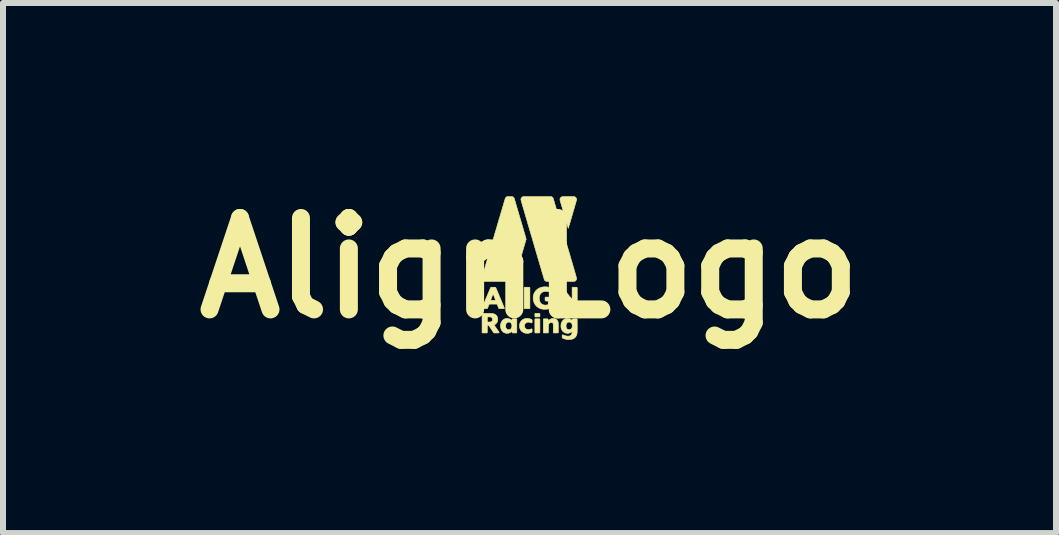
<source format=kicad_pcb>
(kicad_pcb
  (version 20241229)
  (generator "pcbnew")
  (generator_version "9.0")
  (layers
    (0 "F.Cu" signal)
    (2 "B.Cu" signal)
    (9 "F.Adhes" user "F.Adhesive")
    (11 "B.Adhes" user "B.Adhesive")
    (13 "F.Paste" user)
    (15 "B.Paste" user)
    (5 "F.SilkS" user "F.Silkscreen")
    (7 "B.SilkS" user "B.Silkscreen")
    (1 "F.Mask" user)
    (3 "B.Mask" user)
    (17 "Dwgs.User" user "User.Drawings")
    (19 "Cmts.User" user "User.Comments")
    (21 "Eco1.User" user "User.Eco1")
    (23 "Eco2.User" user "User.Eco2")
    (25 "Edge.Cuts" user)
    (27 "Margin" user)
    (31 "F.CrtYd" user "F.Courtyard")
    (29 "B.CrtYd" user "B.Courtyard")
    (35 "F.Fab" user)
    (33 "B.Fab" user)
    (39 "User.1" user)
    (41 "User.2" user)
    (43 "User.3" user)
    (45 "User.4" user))
  (footprint "AlignLogo"
    (layer "F.Cu")
    (at 5.777 1.418)
    (property "Reference" "AlignLogo" (at 0 0 0) (layer "F.SilkS") (effects (font (size 1.524 1.524) (thickness 0.3))))
    (attr through_hole)
    (fp_poly (pts (xy 0.141 0.756) (xy 0.15 0.756) (xy 0.157 0.756) (xy 0.162 0.756) (xy 0.166 0.757) (xy 0.168 0.757) (xy 0.17 0.758) (xy 0.171 0.759) (xy 0.172 0.76) (xy 0.172 0.762) (xy 0.172 0.765) (xy 0.173 0.771) (xy 0.173 0.778) (xy 0.173 0.785) (xy 0.173 0.794) (xy 0.173 0.8) (xy 0.172 0.804) (xy 0.172 0.807) (xy 0.172 0.809) (xy 0.171 0.811) (xy 0.17 0.812) (xy 0.169 0.812) (xy 0.168 0.813) (xy 0.167 0.813) (xy 0.164 0.814) (xy 0.161 0.814) (xy 0.155 0.814) (xy 0.149 0.814) (xy 0.14 0.814) (xy 0.131 0.814) (xy 0.095 0.814) (xy 0.092 0.811) (xy 0.091 0.81) (xy 0.09 0.809) (xy 0.09 0.807) (xy 0.089 0.804) (xy 0.089 0.8) (xy 0.089 0.795) (xy 0.089 0.787) (xy 0.089 0.785) (xy 0.089 0.777) (xy 0.089 0.771) (xy 0.089 0.766) (xy 0.089 0.764) (xy 0.09 0.762) (xy 0.091 0.76) (xy 0.092 0.759) (xy 0.092 0.759) (xy 0.095 0.756) (xy 0.13 0.756) (xy 0.141 0.756)) (stroke (width 0.01) (type solid)) (fill yes) (layer "F.SilkS"))
    (fp_poly (pts (xy 0.142 0.847) (xy 0.15 0.847) (xy 0.157 0.847) (xy 0.161 0.847) (xy 0.165 0.848) (xy 0.167 0.848) (xy 0.168 0.848) (xy 0.17 0.849) (xy 0.17 0.85) (xy 0.171 0.85) (xy 0.171 0.851) (xy 0.171 0.852) (xy 0.172 0.853) (xy 0.172 0.855) (xy 0.172 0.858) (xy 0.172 0.862) (xy 0.172 0.866) (xy 0.172 0.873) (xy 0.173 0.88) (xy 0.173 0.889) (xy 0.173 0.9) (xy 0.173 0.913) (xy 0.173 0.927) (xy 0.173 0.944) (xy 0.173 0.964) (xy 0.173 0.964) (xy 0.173 0.981) (xy 0.173 0.997) (xy 0.173 1.012) (xy 0.173 1.026) (xy 0.172 1.039) (xy 0.172 1.05) (xy 0.172 1.059) (xy 0.172 1.067) (xy 0.172 1.073) (xy 0.172 1.077) (xy 0.172 1.078) (xy 0.171 1.079) (xy 0.169 1.08) (xy 0.167 1.081) (xy 0.164 1.081) (xy 0.159 1.082) (xy 0.153 1.082) (xy 0.145 1.082) (xy 0.135 1.082) (xy 0.13 1.082) (xy 0.095 1.082) (xy 0.092 1.079) (xy 0.089 1.076) (xy 0.089 0.853) (xy 0.095 0.847) (xy 0.131 0.847) (xy 0.142 0.847)) (stroke (width 0.01) (type solid)) (fill yes) (layer "F.SilkS"))
    (fp_poly (pts (xy -0.041 0.32) (xy 0.001 0.321) (xy 0.004 0.324) (xy 0.004 0.324) (xy 0.005 0.325) (xy 0.005 0.326) (xy 0.005 0.327) (xy 0.005 0.329) (xy 0.006 0.331) (xy 0.006 0.335) (xy 0.006 0.339) (xy 0.006 0.344) (xy 0.006 0.351) (xy 0.006 0.359) (xy 0.006 0.368) (xy 0.006 0.379) (xy 0.006 0.391) (xy 0.006 0.405) (xy 0.006 0.422) (xy 0.006 0.44) (xy 0.006 0.461) (xy 0.006 0.483) (xy 0.006 0.499) (xy 0.006 0.523) (xy 0.006 0.545) (xy 0.006 0.565) (xy 0.006 0.583) (xy 0.006 0.598) (xy 0.006 0.612) (xy 0.006 0.623) (xy 0.006 0.634) (xy 0.006 0.642) (xy 0.006 0.65) (xy 0.006 0.656) (xy 0.006 0.66) (xy 0.006 0.664) (xy 0.005 0.667) (xy 0.005 0.67) (xy 0.005 0.671) (xy 0.005 0.672) (xy 0.004 0.673) (xy 0.004 0.674) (xy 0.004 0.674) (xy 0.004 0.674) (xy 0.003 0.675) (xy 0.002 0.675) (xy 0.001 0.676) (xy -0.001 0.676) (xy -0.004 0.677) (xy -0.008 0.677) (xy -0.014 0.677) (xy -0.021 0.677) (xy -0.03 0.677) (xy -0.042 0.677) (xy -0.054 0.677) (xy -0.063 0.677) (xy -0.07 0.677) (xy -0.076 0.677) (xy -0.08 0.677) (xy -0.083 0.676) (xy -0.085 0.676) (xy -0.086 0.675) (xy -0.087 0.675) (xy -0.088 0.674) (xy -0.088 0.674) (xy -0.088 0.673) (xy -0.089 0.673) (xy -0.089 0.672) (xy -0.089 0.67) (xy -0.089 0.668) (xy -0.089 0.665) (xy -0.09 0.661) (xy -0.09 0.656) (xy -0.09 0.65) (xy -0.09 0.643) (xy -0.09 0.634) (xy -0.09 0.624) (xy -0.09 0.612) (xy -0.09 0.598) (xy -0.09 0.583) (xy -0.09 0.565) (xy -0.09 0.546) (xy -0.09 0.524) (xy -0.09 0.326) (xy -0.087 0.323) (xy -0.084 0.32) (xy -0.041 0.32)) (stroke (width 0.01) (type solid)) (fill yes) (layer "F.SilkS"))
    (fp_poly (pts (xy 0.633 -1.191) (xy 0.652 -1.191) (xy 0.652 -1.191) (xy 0.746 -1.191) (xy 0.753 -1.188) (xy 0.76 -1.184) (xy 0.767 -1.179) (xy 0.773 -1.173) (xy 0.778 -1.166) (xy 0.779 -1.165) (xy 0.783 -1.156) (xy 0.785 -1.146) (xy 0.785 -1.138) (xy 0.784 -1.136) (xy 0.783 -1.132) (xy 0.781 -1.126) (xy 0.779 -1.118) (xy 0.776 -1.108) (xy 0.773 -1.096) (xy 0.769 -1.083) (xy 0.765 -1.068) (xy 0.76 -1.052) (xy 0.755 -1.035) (xy 0.75 -1.017) (xy 0.745 -0.998) (xy 0.739 -0.978) (xy 0.733 -0.958) (xy 0.727 -0.938) (xy 0.721 -0.917) (xy 0.715 -0.896) (xy 0.709 -0.875) (xy 0.703 -0.854) (xy 0.697 -0.834) (xy 0.691 -0.814) (xy 0.685 -0.794) (xy 0.68 -0.776) (xy 0.675 -0.758) (xy 0.67 -0.742) (xy 0.665 -0.726) (xy 0.661 -0.712) (xy 0.657 -0.7) (xy 0.654 -0.689) (xy 0.651 -0.679) (xy 0.649 -0.672) (xy 0.648 -0.667) (xy 0.647 -0.664) (xy 0.647 -0.664) (xy 0.646 -0.662) (xy 0.645 -0.662) (xy 0.645 -0.663) (xy 0.644 -0.667) (xy 0.642 -0.673) (xy 0.64 -0.68) (xy 0.637 -0.69) (xy 0.634 -0.702) (xy 0.63 -0.715) (xy 0.625 -0.73) (xy 0.62 -0.747) (xy 0.615 -0.765) (xy 0.609 -0.784) (xy 0.604 -0.804) (xy 0.597 -0.826) (xy 0.591 -0.848) (xy 0.584 -0.871) (xy 0.577 -0.894) (xy 0.576 -0.897) (xy 0.568 -0.925) (xy 0.561 -0.951) (xy 0.554 -0.974) (xy 0.547 -0.996) (xy 0.542 -1.015) (xy 0.537 -1.032) (xy 0.532 -1.048) (xy 0.528 -1.062) (xy 0.524 -1.075) (xy 0.521 -1.086) (xy 0.518 -1.095) (xy 0.516 -1.103) (xy 0.514 -1.11) (xy 0.513 -1.117) (xy 0.511 -1.122) (xy 0.51 -1.126) (xy 0.509 -1.13) (xy 0.509 -1.132) (xy 0.508 -1.135) (xy 0.508 -1.137) (xy 0.508 -1.138) (xy 0.508 -1.14) (xy 0.508 -1.141) (xy 0.508 -1.142) (xy 0.508 -1.152) (xy 0.511 -1.16) (xy 0.515 -1.168) (xy 0.52 -1.175) (xy 0.529 -1.182) (xy 0.538 -1.187) (xy 0.549 -1.19) (xy 0.549 -1.19) (xy 0.552 -1.19) (xy 0.557 -1.191) (xy 0.565 -1.191) (xy 0.574 -1.191) (xy 0.586 -1.191) (xy 0.6 -1.191) (xy 0.616 -1.191) (xy 0.633 -1.191)) (stroke (width 0.01) (type solid)) (fill yes) (layer "F.SilkS"))
    (fp_poly (pts (xy -0.03 0.841) (xy -0.014 0.843) (xy 0.001 0.846) (xy 0.016 0.85) (xy 0.027 0.855) (xy 0.033 0.857) (xy 0.037 0.86) (xy 0.04 0.862) (xy 0.041 0.865) (xy 0.042 0.869) (xy 0.043 0.874) (xy 0.043 0.881) (xy 0.043 0.888) (xy 0.043 0.896) (xy 0.043 0.903) (xy 0.042 0.908) (xy 0.041 0.911) (xy 0.04 0.913) (xy 0.038 0.914) (xy 0.036 0.915) (xy 0.033 0.915) (xy 0.029 0.914) (xy 0.024 0.912) (xy 0.013 0.907) (xy 0.00007 0.904) (xy -0.013 0.902) (xy -0.025 0.902) (xy -0.034 0.904) (xy -0.044 0.906) (xy -0.053 0.91) (xy -0.061 0.916) (xy -0.065 0.919) (xy -0.072 0.928) (xy -0.078 0.938) (xy -0.082 0.95) (xy -0.083 0.958) (xy -0.084 0.966) (xy -0.083 0.975) (xy -0.082 0.979) (xy -0.078 0.991) (xy -0.073 1.001) (xy -0.065 1.01) (xy -0.056 1.017) (xy -0.045 1.022) (xy -0.033 1.025) (xy -0.02 1.026) (xy -0.018 1.026) (xy -0.003 1.025) (xy 0.01 1.022) (xy 0.023 1.017) (xy 0.029 1.015) (xy 0.033 1.014) (xy 0.036 1.014) (xy 0.038 1.015) (xy 0.04 1.017) (xy 0.041 1.018) (xy 0.042 1.019) (xy 0.043 1.021) (xy 0.043 1.024) (xy 0.043 1.028) (xy 0.043 1.033) (xy 0.043 1.041) (xy 0.043 1.05) (xy 0.043 1.056) (xy 0.042 1.061) (xy 0.041 1.065) (xy 0.039 1.068) (xy 0.036 1.07) (xy 0.032 1.072) (xy 0.027 1.074) (xy 0.015 1.079) (xy 0.001 1.083) (xy -0.014 1.086) (xy -0.029 1.088) (xy -0.045 1.088) (xy -0.059 1.087) (xy -0.063 1.087) (xy -0.08 1.083) (xy -0.096 1.077) (xy -0.111 1.069) (xy -0.125 1.059) (xy -0.137 1.048) (xy -0.146 1.036) (xy -0.153 1.025) (xy -0.158 1.014) (xy -0.163 1.002) (xy -0.164 0.996) (xy -0.166 0.987) (xy -0.167 0.977) (xy -0.167 0.965) (xy -0.167 0.954) (xy -0.166 0.943) (xy -0.164 0.933) (xy -0.164 0.932) (xy -0.159 0.916) (xy -0.151 0.901) (xy -0.142 0.887) (xy -0.131 0.874) (xy -0.119 0.864) (xy -0.11 0.859) (xy -0.1 0.854) (xy -0.09 0.849) (xy -0.08 0.845) (xy -0.076 0.845) (xy -0.062 0.842) (xy -0.046 0.841) (xy -0.03 0.841)) (stroke (width 0.01) (type solid)) (fill yes) (layer "F.SilkS"))
    (fp_poly (pts (xy -0.365 0.841) (xy -0.35 0.844) (xy -0.335 0.848) (xy -0.321 0.855) (xy -0.307 0.864) (xy -0.306 0.864) (xy -0.302 0.866) (xy -0.297 0.866) (xy -0.294 0.864) (xy -0.291 0.861) (xy -0.291 0.857) (xy -0.29 0.853) (xy -0.288 0.85) (xy -0.285 0.847) (xy -0.218 0.847) (xy -0.215 0.85) (xy -0.212 0.853) (xy -0.212 1.076) (xy -0.215 1.079) (xy -0.218 1.082) (xy -0.285 1.082) (xy -0.288 1.079) (xy -0.29 1.075) (xy -0.291 1.072) (xy -0.292 1.067) (xy -0.294 1.065) (xy -0.297 1.062) (xy -0.301 1.062) (xy -0.305 1.064) (xy -0.31 1.067) (xy -0.311 1.068) (xy -0.317 1.072) (xy -0.325 1.076) (xy -0.334 1.08) (xy -0.343 1.084) (xy -0.347 1.085) (xy -0.356 1.086) (xy -0.366 1.088) (xy -0.377 1.088) (xy -0.387 1.088) (xy -0.395 1.086) (xy -0.411 1.082) (xy -0.425 1.076) (xy -0.438 1.067) (xy -0.449 1.057) (xy -0.46 1.045) (xy -0.468 1.031) (xy -0.475 1.015) (xy -0.48 0.999) (xy -0.481 0.993) (xy -0.481 0.985) (xy -0.482 0.976) (xy -0.482 0.966) (xy -0.482 0.965) (xy -0.399 0.965) (xy -0.398 0.975) (xy -0.396 0.986) (xy -0.394 0.995) (xy -0.391 1.001) (xy -0.388 1.006) (xy -0.383 1.012) (xy -0.377 1.018) (xy -0.372 1.022) (xy -0.371 1.022) (xy -0.362 1.026) (xy -0.351 1.028) (xy -0.34 1.028) (xy -0.33 1.025) (xy -0.324 1.023) (xy -0.315 1.017) (xy -0.307 1.009) (xy -0.301 1) (xy -0.297 0.988) (xy -0.295 0.975) (xy -0.294 0.964) (xy -0.295 0.951) (xy -0.297 0.939) (xy -0.301 0.929) (xy -0.307 0.92) (xy -0.312 0.914) (xy -0.319 0.909) (xy -0.326 0.905) (xy -0.333 0.902) (xy -0.342 0.901) (xy -0.347 0.901) (xy -0.353 0.901) (xy -0.357 0.902) (xy -0.361 0.902) (xy -0.364 0.904) (xy -0.367 0.905) (xy -0.377 0.911) (xy -0.384 0.919) (xy -0.391 0.928) (xy -0.395 0.939) (xy -0.398 0.952) (xy -0.399 0.965) (xy -0.482 0.965) (xy -0.482 0.956) (xy -0.482 0.947) (xy -0.481 0.939) (xy -0.48 0.932) (xy -0.48 0.93) (xy -0.474 0.913) (xy -0.467 0.897) (xy -0.459 0.883) (xy -0.448 0.871) (xy -0.437 0.861) (xy -0.424 0.853) (xy -0.409 0.846) (xy -0.394 0.843) (xy -0.381 0.841) (xy -0.365 0.841)) (stroke (width 0.01) (type solid)) (fill yes) (layer "F.SilkS"))
    (fp_poly (pts (xy -0.318 0.32) (xy -0.308 0.32) (xy -0.301 0.32) (xy -0.295 0.321) (xy -0.29 0.321) (xy -0.287 0.322) (xy -0.285 0.322) (xy -0.284 0.323) (xy -0.283 0.325) (xy -0.282 0.326) (xy -0.282 0.327) (xy -0.282 0.331) (xy -0.281 0.336) (xy -0.281 0.342) (xy -0.281 0.351) (xy -0.281 0.362) (xy -0.281 0.375) (xy -0.281 0.391) (xy -0.281 0.408) (xy -0.281 0.428) (xy -0.281 0.45) (xy -0.281 0.464) (xy -0.281 0.486) (xy -0.281 0.505) (xy -0.281 0.522) (xy -0.281 0.536) (xy -0.281 0.549) (xy -0.281 0.56) (xy -0.281 0.569) (xy -0.28 0.577) (xy -0.28 0.583) (xy -0.28 0.588) (xy -0.28 0.592) (xy -0.28 0.595) (xy -0.28 0.598) (xy -0.279 0.599) (xy -0.279 0.6) (xy -0.279 0.601) (xy -0.278 0.602) (xy -0.278 0.602) (xy -0.278 0.603) (xy -0.277 0.603) (xy -0.276 0.603) (xy -0.274 0.604) (xy -0.271 0.604) (xy -0.268 0.604) (xy -0.263 0.604) (xy -0.257 0.604) (xy -0.249 0.604) (xy -0.239 0.604) (xy -0.228 0.605) (xy -0.214 0.605) (xy -0.206 0.605) (xy -0.136 0.605) (xy -0.133 0.608) (xy -0.13 0.611) (xy -0.13 0.641) (xy -0.13 0.651) (xy -0.13 0.658) (xy -0.13 0.664) (xy -0.13 0.668) (xy -0.13 0.67) (xy -0.131 0.672) (xy -0.131 0.673) (xy -0.132 0.674) (xy -0.133 0.675) (xy -0.133 0.675) (xy -0.134 0.676) (xy -0.135 0.676) (xy -0.137 0.676) (xy -0.14 0.676) (xy -0.144 0.676) (xy -0.148 0.677) (xy -0.154 0.677) (xy -0.162 0.677) (xy -0.17 0.677) (xy -0.181 0.677) (xy -0.193 0.677) (xy -0.207 0.677) (xy -0.224 0.677) (xy -0.243 0.677) (xy -0.254 0.677) (xy -0.274 0.677) (xy -0.292 0.677) (xy -0.307 0.677) (xy -0.32 0.677) (xy -0.332 0.677) (xy -0.342 0.677) (xy -0.35 0.677) (xy -0.356 0.677) (xy -0.362 0.676) (xy -0.366 0.676) (xy -0.369 0.676) (xy -0.371 0.676) (xy -0.373 0.676) (xy -0.374 0.675) (xy -0.375 0.675) (xy -0.375 0.675) (xy -0.375 0.675) (xy -0.375 0.674) (xy -0.376 0.673) (xy -0.376 0.672) (xy -0.376 0.67) (xy -0.376 0.668) (xy -0.376 0.664) (xy -0.377 0.66) (xy -0.377 0.654) (xy -0.377 0.648) (xy -0.377 0.64) (xy -0.377 0.63) (xy -0.377 0.619) (xy -0.377 0.607) (xy -0.377 0.592) (xy -0.377 0.575) (xy -0.377 0.557) (xy -0.377 0.536) (xy -0.377 0.513) (xy -0.377 0.325) (xy -0.374 0.323) (xy -0.373 0.322) (xy -0.372 0.321) (xy -0.37 0.321) (xy -0.368 0.321) (xy -0.364 0.32) (xy -0.36 0.32) (xy -0.353 0.32) (xy -0.345 0.32) (xy -0.335 0.32) (xy -0.33 0.32) (xy -0.318 0.32)) (stroke (width 0.01) (type solid)) (fill yes) (layer "F.SilkS"))
    (fp_poly (pts (xy 0.396 0.841) (xy 0.404 0.842) (xy 0.41 0.842) (xy 0.414 0.842) (xy 0.418 0.843) (xy 0.422 0.844) (xy 0.425 0.845) (xy 0.438 0.85) (xy 0.449 0.858) (xy 0.458 0.867) (xy 0.466 0.879) (xy 0.473 0.892) (xy 0.477 0.904) (xy 0.477 0.906) (xy 0.478 0.908) (xy 0.478 0.91) (xy 0.478 0.913) (xy 0.479 0.916) (xy 0.479 0.92) (xy 0.479 0.925) (xy 0.479 0.931) (xy 0.479 0.939) (xy 0.479 0.948) (xy 0.48 0.959) (xy 0.48 0.972) (xy 0.48 0.988) (xy 0.48 0.994) (xy 0.48 1.008) (xy 0.48 1.021) (xy 0.48 1.034) (xy 0.48 1.045) (xy 0.48 1.055) (xy 0.48 1.063) (xy 0.48 1.07) (xy 0.48 1.074) (xy 0.48 1.076) (xy 0.48 1.076) (xy 0.479 1.078) (xy 0.478 1.079) (xy 0.476 1.08) (xy 0.473 1.081) (xy 0.469 1.081) (xy 0.463 1.082) (xy 0.456 1.082) (xy 0.446 1.082) (xy 0.437 1.082) (xy 0.402 1.082) (xy 0.399 1.079) (xy 0.396 1.076) (xy 0.396 1.009) (xy 0.396 0.994) (xy 0.396 0.98) (xy 0.396 0.969) (xy 0.396 0.96) (xy 0.396 0.952) (xy 0.396 0.946) (xy 0.395 0.941) (xy 0.395 0.938) (xy 0.395 0.935) (xy 0.394 0.935) (xy 0.392 0.925) (xy 0.388 0.917) (xy 0.383 0.912) (xy 0.376 0.908) (xy 0.368 0.907) (xy 0.361 0.906) (xy 0.356 0.906) (xy 0.351 0.907) (xy 0.346 0.909) (xy 0.344 0.91) (xy 0.335 0.916) (xy 0.327 0.924) (xy 0.321 0.934) (xy 0.32 0.936) (xy 0.316 0.944) (xy 0.315 1.01) (xy 0.315 1.025) (xy 0.315 1.037) (xy 0.314 1.048) (xy 0.314 1.057) (xy 0.314 1.064) (xy 0.314 1.069) (xy 0.313 1.073) (xy 0.313 1.076) (xy 0.312 1.078) (xy 0.312 1.08) (xy 0.311 1.081) (xy 0.31 1.081) (xy 0.309 1.081) (xy 0.307 1.081) (xy 0.303 1.082) (xy 0.298 1.082) (xy 0.29 1.082) (xy 0.282 1.082) (xy 0.273 1.082) (xy 0.272 1.082) (xy 0.236 1.082) (xy 0.233 1.079) (xy 0.23 1.076) (xy 0.23 0.853) (xy 0.236 0.847) (xy 0.27 0.847) (xy 0.281 0.847) (xy 0.289 0.847) (xy 0.296 0.847) (xy 0.301 0.848) (xy 0.304 0.849) (xy 0.307 0.85) (xy 0.308 0.851) (xy 0.309 0.854) (xy 0.31 0.857) (xy 0.31 0.859) (xy 0.311 0.864) (xy 0.313 0.868) (xy 0.315 0.87) (xy 0.318 0.871) (xy 0.32 0.871) (xy 0.323 0.87) (xy 0.325 0.869) (xy 0.329 0.866) (xy 0.33 0.864) (xy 0.338 0.859) (xy 0.346 0.853) (xy 0.356 0.849) (xy 0.365 0.845) (xy 0.37 0.844) (xy 0.374 0.843) (xy 0.38 0.842) (xy 0.386 0.842) (xy 0.395 0.841) (xy 0.396 0.841)) (stroke (width 0.01) (type solid)) (fill yes) (layer "F.SilkS"))
    (fp_poly (pts (xy -0.279 -1.186) (xy -0.271 -1.182) (xy -0.264 -1.175) (xy -0.259 -1.168) (xy -0.255 -1.162) (xy -0.255 -1.16) (xy -0.254 -1.156) (xy -0.252 -1.149) (xy -0.249 -1.141) (xy -0.246 -1.13) (xy -0.242 -1.118) (xy -0.238 -1.104) (xy -0.233 -1.088) (xy -0.228 -1.07) (xy -0.223 -1.051) (xy -0.217 -1.03) (xy -0.21 -1.008) (xy -0.203 -0.985) (xy -0.196 -0.961) (xy -0.189 -0.936) (xy -0.181 -0.909) (xy -0.173 -0.882) (xy -0.165 -0.855) (xy -0.157 -0.826) (xy -0.154 -0.819) (xy -0.056 -0.482) (xy -0.154 -0.146) (xy -0.163 -0.117) (xy -0.171 -0.089) (xy -0.179 -0.062) (xy -0.187 -0.035) (xy -0.194 -0.01) (xy -0.201 0.015) (xy -0.208 0.038) (xy -0.215 0.06) (xy -0.221 0.081) (xy -0.227 0.101) (xy -0.232 0.119) (xy -0.237 0.135) (xy -0.241 0.15) (xy -0.245 0.163) (xy -0.248 0.174) (xy -0.251 0.183) (xy -0.253 0.19) (xy -0.255 0.194) (xy -0.256 0.197) (xy -0.256 0.197) (xy -0.26 0.203) (xy -0.265 0.209) (xy -0.272 0.215) (xy -0.279 0.219) (xy -0.279 0.219) (xy -0.286 0.223) (xy -0.52 0.223) (xy -0.546 0.223) (xy -0.571 0.223) (xy -0.594 0.223) (xy -0.617 0.223) (xy -0.638 0.223) (xy -0.658 0.223) (xy -0.677 0.223) (xy -0.694 0.223) (xy -0.709 0.223) (xy -0.723 0.223) (xy -0.734 0.223) (xy -0.743 0.223) (xy -0.751 0.222) (xy -0.756 0.222) (xy -0.758 0.222) (xy -0.759 0.222) (xy -0.767 0.219) (xy -0.775 0.214) (xy -0.782 0.208) (xy -0.788 0.2) (xy -0.79 0.197) (xy -0.793 0.188) (xy -0.795 0.178) (xy -0.794 0.169) (xy -0.794 0.167) (xy -0.794 0.165) (xy -0.792 0.161) (xy -0.791 0.154) (xy -0.788 0.145) (xy -0.785 0.135) (xy -0.781 0.122) (xy -0.777 0.107) (xy -0.772 0.091) (xy -0.767 0.072) (xy -0.761 0.053) (xy -0.755 0.031) (xy -0.748 0.008) (xy -0.741 -0.016) (xy -0.734 -0.042) (xy -0.726 -0.069) (xy -0.718 -0.097) (xy -0.709 -0.126) (xy -0.7 -0.156) (xy -0.691 -0.187) (xy -0.682 -0.218) (xy -0.672 -0.251) (xy -0.663 -0.284) (xy -0.653 -0.317) (xy -0.643 -0.351) (xy -0.633 -0.386) (xy -0.623 -0.42) (xy -0.613 -0.455) (xy -0.602 -0.49) (xy -0.592 -0.525) (xy -0.582 -0.56) (xy -0.572 -0.595) (xy -0.561 -0.63) (xy -0.551 -0.664) (xy -0.541 -0.698) (xy -0.532 -0.731) (xy -0.522 -0.764) (xy -0.513 -0.796) (xy -0.503 -0.827) (xy -0.494 -0.857) (xy -0.486 -0.887) (xy -0.477 -0.916) (xy -0.469 -0.943) (xy -0.461 -0.969) (xy -0.454 -0.994) (xy -0.447 -1.018) (xy -0.44 -1.04) (xy -0.434 -1.061) (xy -0.429 -1.08) (xy -0.423 -1.098) (xy -0.419 -1.113) (xy -0.415 -1.127) (xy -0.411 -1.139) (xy -0.408 -1.149) (xy -0.406 -1.156) (xy -0.404 -1.162) (xy -0.403 -1.165) (xy -0.403 -1.166) (xy -0.398 -1.173) (xy -0.391 -1.18) (xy -0.384 -1.185) (xy -0.38 -1.187) (xy -0.373 -1.191) (xy -0.288 -1.191) (xy -0.279 -1.186)) (stroke (width 0.01) (type solid)) (fill yes) (layer "F.SilkS"))
    (fp_poly (pts (xy -0.702 0.756) (xy -0.686 0.756) (xy -0.671 0.756) (xy -0.659 0.756) (xy -0.649 0.756) (xy -0.64 0.757) (xy -0.633 0.757) (xy -0.627 0.757) (xy -0.622 0.757) (xy -0.619 0.758) (xy -0.616 0.758) (xy -0.613 0.758) (xy -0.611 0.759) (xy -0.611 0.759) (xy -0.594 0.764) (xy -0.579 0.77) (xy -0.566 0.778) (xy -0.555 0.788) (xy -0.546 0.799) (xy -0.539 0.812) (xy -0.534 0.827) (xy -0.533 0.829) (xy -0.532 0.837) (xy -0.531 0.848) (xy -0.53 0.859) (xy -0.531 0.869) (xy -0.532 0.879) (xy -0.533 0.884) (xy -0.538 0.899) (xy -0.546 0.912) (xy -0.555 0.923) (xy -0.566 0.934) (xy -0.58 0.943) (xy -0.584 0.945) (xy -0.587 0.947) (xy -0.588 0.951) (xy -0.587 0.955) (xy -0.586 0.957) (xy -0.585 0.958) (xy -0.583 0.962) (xy -0.579 0.967) (xy -0.574 0.974) (xy -0.569 0.982) (xy -0.562 0.991) (xy -0.556 1.001) (xy -0.548 1.011) (xy -0.546 1.014) (xy -0.539 1.024) (xy -0.532 1.034) (xy -0.526 1.043) (xy -0.52 1.051) (xy -0.515 1.058) (xy -0.512 1.064) (xy -0.509 1.068) (xy -0.508 1.07) (xy -0.507 1.07) (xy -0.507 1.074) (xy -0.509 1.077) (xy -0.511 1.08) (xy -0.513 1.081) (xy -0.514 1.081) (xy -0.518 1.082) (xy -0.524 1.082) (xy -0.531 1.082) (xy -0.54 1.082) (xy -0.55 1.082) (xy -0.554 1.082) (xy -0.565 1.082) (xy -0.574 1.082) (xy -0.58 1.082) (xy -0.586 1.082) (xy -0.589 1.082) (xy -0.592 1.081) (xy -0.594 1.081) (xy -0.595 1.08) (xy -0.595 1.08) (xy -0.596 1.078) (xy -0.599 1.075) (xy -0.603 1.07) (xy -0.607 1.063) (xy -0.613 1.055) (xy -0.619 1.047) (xy -0.625 1.037) (xy -0.633 1.026) (xy -0.637 1.02) (xy -0.644 1.009) (xy -0.651 0.999) (xy -0.658 0.989) (xy -0.664 0.98) (xy -0.669 0.973) (xy -0.673 0.967) (xy -0.676 0.962) (xy -0.678 0.96) (xy -0.679 0.959) (xy -0.681 0.957) (xy -0.685 0.957) (xy -0.689 0.956) (xy -0.69 0.956) (xy -0.694 0.956) (xy -0.697 0.957) (xy -0.7 0.959) (xy -0.7 0.959) (xy -0.704 0.963) (xy -0.704 1.076) (xy -0.707 1.079) (xy -0.71 1.082) (xy -0.747 1.082) (xy -0.758 1.082) (xy -0.766 1.082) (xy -0.773 1.082) (xy -0.778 1.082) (xy -0.781 1.082) (xy -0.784 1.081) (xy -0.786 1.081) (xy -0.787 1.08) (xy -0.788 1.079) (xy -0.791 1.077) (xy -0.791 0.82) (xy -0.704 0.82) (xy -0.704 0.894) (xy -0.7 0.897) (xy -0.697 0.901) (xy -0.673 0.9) (xy -0.664 0.9) (xy -0.657 0.899) (xy -0.652 0.899) (xy -0.648 0.898) (xy -0.644 0.898) (xy -0.643 0.897) (xy -0.634 0.893) (xy -0.627 0.887) (xy -0.622 0.88) (xy -0.619 0.872) (xy -0.617 0.861) (xy -0.617 0.857) (xy -0.618 0.846) (xy -0.621 0.837) (xy -0.625 0.829) (xy -0.631 0.823) (xy -0.64 0.819) (xy -0.643 0.817) (xy -0.646 0.816) (xy -0.65 0.816) (xy -0.655 0.815) (xy -0.661 0.815) (xy -0.67 0.814) (xy -0.673 0.814) (xy -0.697 0.814) (xy -0.7 0.817) (xy -0.704 0.82) (xy -0.791 0.82) (xy -0.791 0.761) (xy -0.788 0.758) (xy -0.784 0.755) (xy -0.702 0.756)) (stroke (width 0.01) (type solid)) (fill yes) (layer "F.SilkS"))
    (fp_poly (pts (xy 0.28 0.314) (xy 0.3 0.316) (xy 0.32 0.32) (xy 0.339 0.325) (xy 0.341 0.325) (xy 0.349 0.328) (xy 0.357 0.331) (xy 0.365 0.335) (xy 0.373 0.338) (xy 0.379 0.342) (xy 0.383 0.345) (xy 0.384 0.345) (xy 0.388 0.349) (xy 0.388 0.38) (xy 0.388 0.392) (xy 0.388 0.402) (xy 0.388 0.409) (xy 0.388 0.413) (xy 0.387 0.415) (xy 0.385 0.419) (xy 0.381 0.421) (xy 0.378 0.422) (xy 0.376 0.421) (xy 0.373 0.419) (xy 0.369 0.417) (xy 0.364 0.414) (xy 0.347 0.405) (xy 0.33 0.398) (xy 0.313 0.393) (xy 0.295 0.39) (xy 0.278 0.389) (xy 0.261 0.39) (xy 0.244 0.392) (xy 0.229 0.396) (xy 0.215 0.402) (xy 0.207 0.407) (xy 0.199 0.413) (xy 0.191 0.421) (xy 0.183 0.43) (xy 0.178 0.438) (xy 0.178 0.438) (xy 0.175 0.443) (xy 0.172 0.45) (xy 0.17 0.456) (xy 0.169 0.458) (xy 0.165 0.474) (xy 0.162 0.491) (xy 0.162 0.508) (xy 0.163 0.524) (xy 0.166 0.54) (xy 0.17 0.555) (xy 0.177 0.569) (xy 0.185 0.582) (xy 0.189 0.587) (xy 0.2 0.597) (xy 0.213 0.605) (xy 0.226 0.612) (xy 0.241 0.616) (xy 0.256 0.618) (xy 0.272 0.618) (xy 0.288 0.616) (xy 0.3 0.613) (xy 0.304 0.612) (xy 0.307 0.611) (xy 0.309 0.609) (xy 0.311 0.607) (xy 0.312 0.604) (xy 0.312 0.599) (xy 0.312 0.592) (xy 0.312 0.584) (xy 0.312 0.581) (xy 0.312 0.571) (xy 0.312 0.564) (xy 0.312 0.559) (xy 0.311 0.555) (xy 0.309 0.553) (xy 0.306 0.551) (xy 0.301 0.55) (xy 0.295 0.55) (xy 0.287 0.55) (xy 0.286 0.55) (xy 0.278 0.55) (xy 0.272 0.549) (xy 0.268 0.549) (xy 0.265 0.548) (xy 0.263 0.548) (xy 0.262 0.547) (xy 0.261 0.546) (xy 0.261 0.544) (xy 0.26 0.542) (xy 0.26 0.539) (xy 0.26 0.533) (xy 0.259 0.527) (xy 0.259 0.518) (xy 0.259 0.509) (xy 0.259 0.502) (xy 0.259 0.497) (xy 0.259 0.493) (xy 0.26 0.491) (xy 0.26 0.489) (xy 0.261 0.488) (xy 0.262 0.487) (xy 0.264 0.484) (xy 0.331 0.484) (xy 0.346 0.484) (xy 0.358 0.484) (xy 0.368 0.484) (xy 0.377 0.484) (xy 0.383 0.484) (xy 0.388 0.484) (xy 0.392 0.484) (xy 0.395 0.485) (xy 0.397 0.485) (xy 0.398 0.485) (xy 0.399 0.486) (xy 0.4 0.486) (xy 0.4 0.486) (xy 0.401 0.487) (xy 0.401 0.488) (xy 0.401 0.489) (xy 0.402 0.49) (xy 0.402 0.493) (xy 0.402 0.496) (xy 0.402 0.5) (xy 0.402 0.506) (xy 0.402 0.513) (xy 0.403 0.522) (xy 0.403 0.533) (xy 0.403 0.546) (xy 0.403 0.561) (xy 0.403 0.571) (xy 0.403 0.653) (xy 0.399 0.655) (xy 0.397 0.656) (xy 0.393 0.658) (xy 0.387 0.661) (xy 0.382 0.663) (xy 0.356 0.672) (xy 0.328 0.679) (xy 0.3 0.684) (xy 0.29 0.685) (xy 0.281 0.686) (xy 0.271 0.686) (xy 0.26 0.687) (xy 0.249 0.687) (xy 0.239 0.687) (xy 0.229 0.686) (xy 0.221 0.686) (xy 0.218 0.685) (xy 0.196 0.681) (xy 0.176 0.674) (xy 0.156 0.665) (xy 0.139 0.654) (xy 0.122 0.642) (xy 0.108 0.627) (xy 0.095 0.611) (xy 0.084 0.594) (xy 0.075 0.575) (xy 0.068 0.554) (xy 0.066 0.549) (xy 0.064 0.537) (xy 0.062 0.525) (xy 0.061 0.512) (xy 0.061 0.498) (xy 0.061 0.48) (xy 0.063 0.464) (xy 0.067 0.448) (xy 0.072 0.432) (xy 0.079 0.417) (xy 0.079 0.416) (xy 0.09 0.398) (xy 0.102 0.381) (xy 0.116 0.366) (xy 0.132 0.353) (xy 0.15 0.341) (xy 0.169 0.331) (xy 0.189 0.324) (xy 0.211 0.318) (xy 0.234 0.314) (xy 0.241 0.314) (xy 0.259 0.313) (xy 0.28 0.314)) (stroke (width 0.01) (type solid)) (fill yes) (layer "F.SilkS"))
    (fp_poly (pts (xy 0.644 0.842) (xy 0.654 0.843) (xy 0.659 0.844) (xy 0.666 0.846) (xy 0.674 0.849) (xy 0.682 0.853) (xy 0.689 0.857) (xy 0.695 0.86) (xy 0.696 0.861) (xy 0.7 0.864) (xy 0.703 0.866) (xy 0.705 0.867) (xy 0.709 0.867) (xy 0.712 0.865) (xy 0.715 0.861) (xy 0.716 0.857) (xy 0.716 0.855) (xy 0.717 0.852) (xy 0.72 0.85) (xy 0.721 0.849) (xy 0.722 0.848) (xy 0.724 0.848) (xy 0.727 0.848) (xy 0.73 0.847) (xy 0.736 0.847) (xy 0.743 0.847) (xy 0.752 0.847) (xy 0.756 0.847) (xy 0.766 0.847) (xy 0.774 0.847) (xy 0.779 0.847) (xy 0.784 0.847) (xy 0.787 0.848) (xy 0.789 0.848) (xy 0.79 0.849) (xy 0.791 0.849) (xy 0.791 0.85) (xy 0.794 0.852) (xy 0.795 0.952) (xy 0.795 0.973) (xy 0.795 0.993) (xy 0.795 1.009) (xy 0.795 1.024) (xy 0.795 1.037) (xy 0.794 1.049) (xy 0.794 1.059) (xy 0.794 1.067) (xy 0.793 1.075) (xy 0.793 1.081) (xy 0.792 1.087) (xy 0.792 1.092) (xy 0.791 1.096) (xy 0.79 1.1) (xy 0.785 1.117) (xy 0.778 1.132) (xy 0.77 1.145) (xy 0.76 1.157) (xy 0.748 1.167) (xy 0.745 1.169) (xy 0.735 1.175) (xy 0.725 1.18) (xy 0.714 1.184) (xy 0.702 1.187) (xy 0.692 1.189) (xy 0.687 1.19) (xy 0.681 1.191) (xy 0.673 1.191) (xy 0.665 1.192) (xy 0.656 1.192) (xy 0.648 1.192) (xy 0.641 1.192) (xy 0.636 1.192) (xy 0.634 1.192) (xy 0.616 1.189) (xy 0.6 1.185) (xy 0.586 1.182) (xy 0.572 1.177) (xy 0.561 1.173) (xy 0.555 1.17) (xy 0.551 1.168) (xy 0.548 1.166) (xy 0.546 1.163) (xy 0.544 1.16) (xy 0.544 1.155) (xy 0.544 1.148) (xy 0.544 1.14) (xy 0.544 1.138) (xy 0.544 1.131) (xy 0.544 1.125) (xy 0.544 1.121) (xy 0.545 1.118) (xy 0.545 1.117) (xy 0.546 1.116) (xy 0.547 1.115) (xy 0.55 1.113) (xy 0.553 1.113) (xy 0.557 1.113) (xy 0.562 1.116) (xy 0.566 1.117) (xy 0.583 1.125) (xy 0.601 1.13) (xy 0.62 1.134) (xy 0.638 1.135) (xy 0.646 1.135) (xy 0.652 1.135) (xy 0.658 1.135) (xy 0.662 1.134) (xy 0.663 1.134) (xy 0.675 1.13) (xy 0.685 1.124) (xy 0.694 1.117) (xy 0.7 1.108) (xy 0.705 1.097) (xy 0.708 1.084) (xy 0.71 1.07) (xy 0.71 1.055) (xy 0.702 1.063) (xy 0.694 1.069) (xy 0.684 1.075) (xy 0.674 1.08) (xy 0.663 1.084) (xy 0.658 1.085) (xy 0.651 1.087) (xy 0.642 1.088) (xy 0.632 1.088) (xy 0.622 1.087) (xy 0.612 1.086) (xy 0.605 1.085) (xy 0.604 1.085) (xy 0.589 1.08) (xy 0.576 1.072) (xy 0.563 1.062) (xy 0.552 1.051) (xy 0.543 1.038) (xy 0.535 1.023) (xy 0.529 1.007) (xy 0.527 0.997) (xy 0.525 0.988) (xy 0.524 0.977) (xy 0.524 0.965) (xy 0.524 0.964) (xy 0.608 0.964) (xy 0.609 0.978) (xy 0.612 0.991) (xy 0.616 1.001) (xy 0.622 1.011) (xy 0.63 1.018) (xy 0.64 1.024) (xy 0.648 1.027) (xy 0.656 1.028) (xy 0.665 1.028) (xy 0.674 1.026) (xy 0.679 1.025) (xy 0.688 1.02) (xy 0.696 1.013) (xy 0.703 1.005) (xy 0.708 0.994) (xy 0.708 0.992) (xy 0.71 0.988) (xy 0.711 0.983) (xy 0.712 0.978) (xy 0.712 0.971) (xy 0.712 0.968) (xy 0.712 0.957) (xy 0.711 0.948) (xy 0.709 0.939) (xy 0.706 0.931) (xy 0.705 0.928) (xy 0.699 0.919) (xy 0.691 0.911) (xy 0.682 0.906) (xy 0.672 0.902) (xy 0.662 0.901) (xy 0.651 0.902) (xy 0.648 0.902) (xy 0.637 0.906) (xy 0.628 0.912) (xy 0.621 0.92) (xy 0.615 0.929) (xy 0.611 0.941) (xy 0.609 0.954) (xy 0.608 0.964) (xy 0.524 0.964) (xy 0.524 0.953) (xy 0.525 0.942) (xy 0.526 0.933) (xy 0.527 0.931) (xy 0.531 0.915) (xy 0.537 0.901) (xy 0.545 0.888) (xy 0.554 0.876) (xy 0.559 0.871) (xy 0.57 0.861) (xy 0.583 0.853) (xy 0.596 0.847) (xy 0.61 0.843) (xy 0.615 0.842) (xy 0.624 0.841) (xy 0.634 0.841) (xy 0.644 0.842)) (stroke (width 0.01) (type solid)) (fill yes) (layer "F.SilkS"))
    (fp_poly (pts (xy 0.764 0.32) (xy 0.773 0.32) (xy 0.781 0.321) (xy 0.786 0.321) (xy 0.789 0.321) (xy 0.789 0.322) (xy 0.792 0.324) (xy 0.794 0.328) (xy 0.794 0.33) (xy 0.794 0.334) (xy 0.794 0.341) (xy 0.795 0.35) (xy 0.795 0.361) (xy 0.795 0.375) (xy 0.795 0.392) (xy 0.795 0.411) (xy 0.795 0.432) (xy 0.795 0.456) (xy 0.795 0.483) (xy 0.795 0.502) (xy 0.795 0.526) (xy 0.795 0.548) (xy 0.795 0.567) (xy 0.795 0.585) (xy 0.794 0.6) (xy 0.794 0.613) (xy 0.794 0.625) (xy 0.794 0.635) (xy 0.794 0.644) (xy 0.794 0.651) (xy 0.794 0.657) (xy 0.794 0.661) (xy 0.794 0.665) (xy 0.793 0.668) (xy 0.793 0.67) (xy 0.793 0.672) (xy 0.793 0.673) (xy 0.792 0.674) (xy 0.792 0.674) (xy 0.792 0.674) (xy 0.791 0.675) (xy 0.79 0.676) (xy 0.789 0.676) (xy 0.786 0.676) (xy 0.783 0.677) (xy 0.778 0.677) (xy 0.771 0.677) (xy 0.763 0.677) (xy 0.756 0.677) (xy 0.745 0.677) (xy 0.736 0.677) (xy 0.729 0.677) (xy 0.725 0.676) (xy 0.722 0.676) (xy 0.72 0.675) (xy 0.72 0.675) (xy 0.719 0.674) (xy 0.716 0.671) (xy 0.712 0.666) (xy 0.707 0.66) (xy 0.701 0.652) (xy 0.694 0.643) (xy 0.686 0.633) (xy 0.677 0.622) (xy 0.668 0.61) (xy 0.658 0.597) (xy 0.649 0.586) (xy 0.639 0.573) (xy 0.629 0.56) (xy 0.619 0.548) (xy 0.61 0.537) (xy 0.602 0.527) (xy 0.595 0.518) (xy 0.589 0.51) (xy 0.584 0.504) (xy 0.58 0.499) (xy 0.577 0.496) (xy 0.576 0.494) (xy 0.572 0.491) (xy 0.568 0.49) (xy 0.564 0.492) (xy 0.563 0.493) (xy 0.56 0.495) (xy 0.56 0.584) (xy 0.56 0.601) (xy 0.56 0.615) (xy 0.56 0.628) (xy 0.559 0.638) (xy 0.559 0.647) (xy 0.559 0.654) (xy 0.559 0.66) (xy 0.559 0.664) (xy 0.559 0.668) (xy 0.558 0.67) (xy 0.558 0.672) (xy 0.558 0.673) (xy 0.557 0.674) (xy 0.557 0.674) (xy 0.556 0.675) (xy 0.555 0.676) (xy 0.554 0.676) (xy 0.552 0.676) (xy 0.548 0.677) (xy 0.544 0.677) (xy 0.538 0.677) (xy 0.529 0.677) (xy 0.519 0.677) (xy 0.517 0.677) (xy 0.506 0.677) (xy 0.497 0.677) (xy 0.491 0.677) (xy 0.486 0.677) (xy 0.482 0.676) (xy 0.48 0.676) (xy 0.479 0.676) (xy 0.478 0.675) (xy 0.477 0.675) (xy 0.477 0.674) (xy 0.477 0.673) (xy 0.476 0.672) (xy 0.476 0.67) (xy 0.476 0.668) (xy 0.476 0.664) (xy 0.476 0.66) (xy 0.475 0.654) (xy 0.475 0.648) (xy 0.475 0.64) (xy 0.475 0.63) (xy 0.475 0.619) (xy 0.475 0.607) (xy 0.475 0.592) (xy 0.475 0.575) (xy 0.475 0.557) (xy 0.475 0.536) (xy 0.475 0.513) (xy 0.475 0.325) (xy 0.478 0.323) (xy 0.479 0.322) (xy 0.481 0.321) (xy 0.483 0.321) (xy 0.486 0.32) (xy 0.489 0.32) (xy 0.495 0.32) (xy 0.502 0.32) (xy 0.512 0.32) (xy 0.512 0.32) (xy 0.521 0.32) (xy 0.529 0.32) (xy 0.536 0.32) (xy 0.541 0.321) (xy 0.545 0.321) (xy 0.546 0.321) (xy 0.547 0.322) (xy 0.55 0.325) (xy 0.554 0.33) (xy 0.56 0.337) (xy 0.568 0.346) (xy 0.576 0.357) (xy 0.587 0.37) (xy 0.598 0.384) (xy 0.611 0.401) (xy 0.621 0.414) (xy 0.632 0.427) (xy 0.642 0.44) (xy 0.652 0.452) (xy 0.661 0.463) (xy 0.669 0.474) (xy 0.677 0.483) (xy 0.683 0.491) (xy 0.688 0.497) (xy 0.693 0.502) (xy 0.695 0.506) (xy 0.697 0.507) (xy 0.697 0.507) (xy 0.701 0.508) (xy 0.705 0.506) (xy 0.708 0.503) (xy 0.708 0.502) (xy 0.709 0.5) (xy 0.709 0.498) (xy 0.709 0.494) (xy 0.709 0.489) (xy 0.71 0.483) (xy 0.71 0.474) (xy 0.71 0.464) (xy 0.71 0.451) (xy 0.71 0.437) (xy 0.71 0.42) (xy 0.71 0.412) (xy 0.71 0.325) (xy 0.713 0.323) (xy 0.714 0.322) (xy 0.716 0.321) (xy 0.717 0.321) (xy 0.72 0.32) (xy 0.724 0.32) (xy 0.729 0.32) (xy 0.736 0.32) (xy 0.745 0.32) (xy 0.751 0.32) (xy 0.764 0.32)) (stroke (width 0.01) (type solid)) (fill yes) (layer "F.SilkS"))
    (fp_poly (pts (xy 0.371 -1.186) (xy 0.379 -1.181) (xy 0.387 -1.174) (xy 0.392 -1.167) (xy 0.394 -1.164) (xy 0.394 -1.163) (xy 0.395 -1.159) (xy 0.397 -1.153) (xy 0.4 -1.144) (xy 0.403 -1.134) (xy 0.407 -1.121) (xy 0.411 -1.106) (xy 0.416 -1.09) (xy 0.421 -1.071) (xy 0.427 -1.051) (xy 0.434 -1.029) (xy 0.441 -1.005) (xy 0.448 -0.98) (xy 0.456 -0.953) (xy 0.464 -0.925) (xy 0.473 -0.895) (xy 0.482 -0.864) (xy 0.492 -0.832) (xy 0.502 -0.799) (xy 0.512 -0.765) (xy 0.522 -0.729) (xy 0.533 -0.693) (xy 0.544 -0.656) (xy 0.555 -0.617) (xy 0.566 -0.579) (xy 0.578 -0.539) (xy 0.59 -0.499) (xy 0.59 -0.497) (xy 0.604 -0.449) (xy 0.618 -0.403) (xy 0.63 -0.36) (xy 0.642 -0.319) (xy 0.654 -0.28) (xy 0.665 -0.243) (xy 0.675 -0.209) (xy 0.684 -0.176) (xy 0.693 -0.145) (xy 0.702 -0.116) (xy 0.71 -0.089) (xy 0.717 -0.064) (xy 0.724 -0.04) (xy 0.73 -0.019) (xy 0.736 0.002) (xy 0.742 0.021) (xy 0.747 0.038) (xy 0.751 0.054) (xy 0.756 0.069) (xy 0.759 0.082) (xy 0.763 0.094) (xy 0.766 0.105) (xy 0.769 0.115) (xy 0.771 0.124) (xy 0.774 0.132) (xy 0.776 0.139) (xy 0.777 0.145) (xy 0.779 0.15) (xy 0.78 0.155) (xy 0.781 0.159) (xy 0.782 0.162) (xy 0.783 0.165) (xy 0.783 0.168) (xy 0.784 0.169) (xy 0.784 0.171) (xy 0.784 0.172) (xy 0.784 0.173) (xy 0.784 0.174) (xy 0.784 0.175) (xy 0.783 0.185) (xy 0.781 0.194) (xy 0.776 0.202) (xy 0.775 0.204) (xy 0.77 0.21) (xy 0.763 0.215) (xy 0.756 0.219) (xy 0.75 0.222) (xy 0.748 0.222) (xy 0.746 0.222) (xy 0.742 0.222) (xy 0.737 0.223) (xy 0.729 0.223) (xy 0.72 0.223) (xy 0.708 0.223) (xy 0.694 0.223) (xy 0.678 0.223) (xy 0.66 0.223) (xy 0.64 0.223) (xy 0.617 0.223) (xy 0.592 0.223) (xy 0.565 0.223) (xy 0.535 0.223) (xy 0.513 0.223) (xy 0.484 0.223) (xy 0.459 0.223) (xy 0.435 0.223) (xy 0.414 0.223) (xy 0.394 0.223) (xy 0.377 0.223) (xy 0.362 0.223) (xy 0.348 0.223) (xy 0.336 0.223) (xy 0.325 0.223) (xy 0.316 0.223) (xy 0.308 0.223) (xy 0.302 0.223) (xy 0.296 0.223) (xy 0.292 0.223) (xy 0.288 0.222) (xy 0.285 0.222) (xy 0.282 0.222) (xy 0.281 0.222) (xy 0.279 0.222) (xy 0.278 0.221) (xy 0.277 0.221) (xy 0.276 0.221) (xy 0.267 0.217) (xy 0.258 0.21) (xy 0.251 0.202) (xy 0.246 0.193) (xy 0.246 0.191) (xy 0.245 0.19) (xy 0.244 0.186) (xy 0.242 0.18) (xy 0.24 0.171) (xy 0.237 0.161) (xy 0.233 0.148) (xy 0.229 0.134) (xy 0.224 0.117) (xy 0.218 0.098) (xy 0.212 0.078) (xy 0.206 0.056) (xy 0.199 0.032) (xy 0.192 0.007) (xy 0.184 -0.02) (xy 0.175 -0.048) (xy 0.167 -0.077) (xy 0.158 -0.108) (xy 0.148 -0.14) (xy 0.138 -0.174) (xy 0.128 -0.208) (xy 0.118 -0.243) (xy 0.107 -0.28) (xy 0.096 -0.317) (xy 0.085 -0.355) (xy 0.074 -0.394) (xy 0.062 -0.433) (xy 0.051 -0.473) (xy 0.037 -0.521) (xy 0.023 -0.566) (xy 0.01 -0.61) (xy -0.002 -0.651) (xy -0.013 -0.689) (xy -0.024 -0.726) (xy -0.034 -0.761) (xy -0.043 -0.793) (xy -0.052 -0.824) (xy -0.061 -0.853) (xy -0.069 -0.879) (xy -0.076 -0.905) (xy -0.083 -0.928) (xy -0.089 -0.95) (xy -0.095 -0.97) (xy -0.1 -0.989) (xy -0.106 -1.006) (xy -0.11 -1.022) (xy -0.114 -1.036) (xy -0.118 -1.05) (xy -0.122 -1.062) (xy -0.125 -1.073) (xy -0.128 -1.083) (xy -0.13 -1.091) (xy -0.132 -1.099) (xy -0.134 -1.106) (xy -0.136 -1.112) (xy -0.137 -1.118) (xy -0.139 -1.122) (xy -0.14 -1.126) (xy -0.14 -1.13) (xy -0.141 -1.132) (xy -0.142 -1.135) (xy -0.142 -1.137) (xy -0.142 -1.138) (xy -0.143 -1.14) (xy -0.143 -1.141) (xy -0.143 -1.142) (xy -0.143 -1.143) (xy -0.143 -1.143) (xy -0.143 -1.149) (xy -0.142 -1.153) (xy -0.141 -1.157) (xy -0.139 -1.161) (xy -0.138 -1.164) (xy -0.132 -1.173) (xy -0.125 -1.18) (xy -0.117 -1.186) (xy -0.114 -1.187) (xy -0.107 -1.191) (xy 0.363 -1.191) (xy 0.371 -1.186)) (stroke (width 0.01) (type solid)) (fill yes) (layer "F.SilkS"))
    (fp_poly (pts (xy -0.598 0.32) (xy -0.59 0.32) (xy -0.582 0.32) (xy -0.576 0.321) (xy -0.571 0.321) (xy -0.568 0.321) (xy -0.567 0.321) (xy -0.564 0.324) (xy -0.563 0.326) (xy -0.562 0.328) (xy -0.56 0.332) (xy -0.558 0.337) (xy -0.555 0.345) (xy -0.551 0.355) (xy -0.546 0.366) (xy -0.54 0.379) (xy -0.534 0.393) (xy -0.528 0.408) (xy -0.521 0.425) (xy -0.514 0.442) (xy -0.506 0.461) (xy -0.498 0.48) (xy -0.491 0.497) (xy -0.48 0.522) (xy -0.471 0.544) (xy -0.462 0.566) (xy -0.454 0.585) (xy -0.447 0.602) (xy -0.44 0.618) (xy -0.435 0.632) (xy -0.43 0.643) (xy -0.426 0.653) (xy -0.423 0.66) (xy -0.421 0.665) (xy -0.42 0.668) (xy -0.42 0.669) (xy -0.42 0.671) (xy -0.421 0.672) (xy -0.421 0.674) (xy -0.423 0.675) (xy -0.425 0.676) (xy -0.429 0.676) (xy -0.434 0.677) (xy -0.441 0.677) (xy -0.45 0.677) (xy -0.461 0.677) (xy -0.467 0.677) (xy -0.478 0.677) (xy -0.488 0.677) (xy -0.495 0.677) (xy -0.5 0.677) (xy -0.504 0.676) (xy -0.507 0.676) (xy -0.509 0.676) (xy -0.51 0.675) (xy -0.511 0.675) (xy -0.512 0.673) (xy -0.514 0.669) (xy -0.516 0.664) (xy -0.519 0.657) (xy -0.522 0.649) (xy -0.526 0.64) (xy -0.527 0.638) (xy -0.531 0.629) (xy -0.534 0.621) (xy -0.536 0.615) (xy -0.538 0.61) (xy -0.54 0.607) (xy -0.541 0.605) (xy -0.542 0.604) (xy -0.543 0.603) (xy -0.545 0.602) (xy -0.546 0.602) (xy -0.548 0.602) (xy -0.551 0.601) (xy -0.556 0.601) (xy -0.561 0.601) (xy -0.569 0.601) (xy -0.578 0.601) (xy -0.589 0.601) (xy -0.602 0.601) (xy -0.61 0.601) (xy -0.624 0.601) (xy -0.635 0.601) (xy -0.645 0.601) (xy -0.653 0.601) (xy -0.659 0.602) (xy -0.664 0.602) (xy -0.667 0.602) (xy -0.669 0.602) (xy -0.671 0.603) (xy -0.672 0.603) (xy -0.673 0.604) (xy -0.674 0.605) (xy -0.675 0.609) (xy -0.678 0.615) (xy -0.681 0.621) (xy -0.684 0.629) (xy -0.687 0.638) (xy -0.688 0.639) (xy -0.691 0.648) (xy -0.695 0.656) (xy -0.697 0.663) (xy -0.7 0.668) (xy -0.702 0.672) (xy -0.703 0.674) (xy -0.703 0.675) (xy -0.703 0.675) (xy -0.704 0.676) (xy -0.706 0.676) (xy -0.709 0.676) (xy -0.712 0.677) (xy -0.717 0.677) (xy -0.724 0.677) (xy -0.732 0.677) (xy -0.743 0.677) (xy -0.746 0.677) (xy -0.757 0.677) (xy -0.766 0.677) (xy -0.773 0.677) (xy -0.779 0.677) (xy -0.783 0.676) (xy -0.785 0.676) (xy -0.787 0.676) (xy -0.788 0.675) (xy -0.789 0.675) (xy -0.789 0.675) (xy -0.791 0.672) (xy -0.791 0.668) (xy -0.791 0.667) (xy -0.789 0.663) (xy -0.787 0.657) (xy -0.784 0.649) (xy -0.78 0.64) (xy -0.775 0.628) (xy -0.77 0.616) (xy -0.764 0.601) (xy -0.758 0.586) (xy -0.751 0.569) (xy -0.744 0.551) (xy -0.736 0.533) (xy -0.735 0.53) (xy -0.645 0.53) (xy -0.644 0.533) (xy -0.643 0.536) (xy -0.642 0.537) (xy -0.641 0.537) (xy -0.639 0.538) (xy -0.636 0.538) (xy -0.632 0.538) (xy -0.627 0.538) (xy -0.62 0.538) (xy -0.611 0.538) (xy -0.607 0.538) (xy -0.598 0.538) (xy -0.59 0.538) (xy -0.584 0.538) (xy -0.58 0.538) (xy -0.577 0.538) (xy -0.575 0.537) (xy -0.573 0.537) (xy -0.572 0.536) (xy -0.572 0.536) (xy -0.57 0.533) (xy -0.569 0.53) (xy -0.569 0.528) (xy -0.571 0.524) (xy -0.573 0.519) (xy -0.575 0.512) (xy -0.578 0.504) (xy -0.581 0.495) (xy -0.585 0.486) (xy -0.588 0.478) (xy -0.591 0.469) (xy -0.594 0.462) (xy -0.597 0.455) (xy -0.599 0.45) (xy -0.601 0.447) (xy -0.601 0.446) (xy -0.604 0.444) (xy -0.608 0.444) (xy -0.612 0.446) (xy -0.613 0.447) (xy -0.614 0.448) (xy -0.616 0.452) (xy -0.619 0.458) (xy -0.621 0.465) (xy -0.625 0.472) (xy -0.628 0.481) (xy -0.631 0.49) (xy -0.635 0.499) (xy -0.638 0.507) (xy -0.64 0.514) (xy -0.643 0.521) (xy -0.644 0.526) (xy -0.645 0.529) (xy -0.645 0.53) (xy -0.735 0.53) (xy -0.728 0.513) (xy -0.719 0.493) (xy -0.711 0.473) (xy -0.702 0.452) (xy -0.693 0.43) (xy -0.684 0.409) (xy -0.675 0.388) (xy -0.666 0.367) (xy -0.657 0.346) (xy -0.655 0.341) (xy -0.652 0.334) (xy -0.65 0.328) (xy -0.648 0.325) (xy -0.646 0.323) (xy -0.644 0.321) (xy -0.642 0.321) (xy -0.638 0.321) (xy -0.632 0.32) (xy -0.624 0.32) (xy -0.616 0.32) (xy -0.607 0.32) (xy -0.598 0.32)) (stroke (width 0.01) (type solid)) (fill yes) (layer "F.SilkS")))
  (gr_rect
    (start -3 -3)
    (end 14.553 5.836)
    (stroke (width 0.1) (type default))
    (fill no)
    (layer "Edge.Cuts")))
</source>
